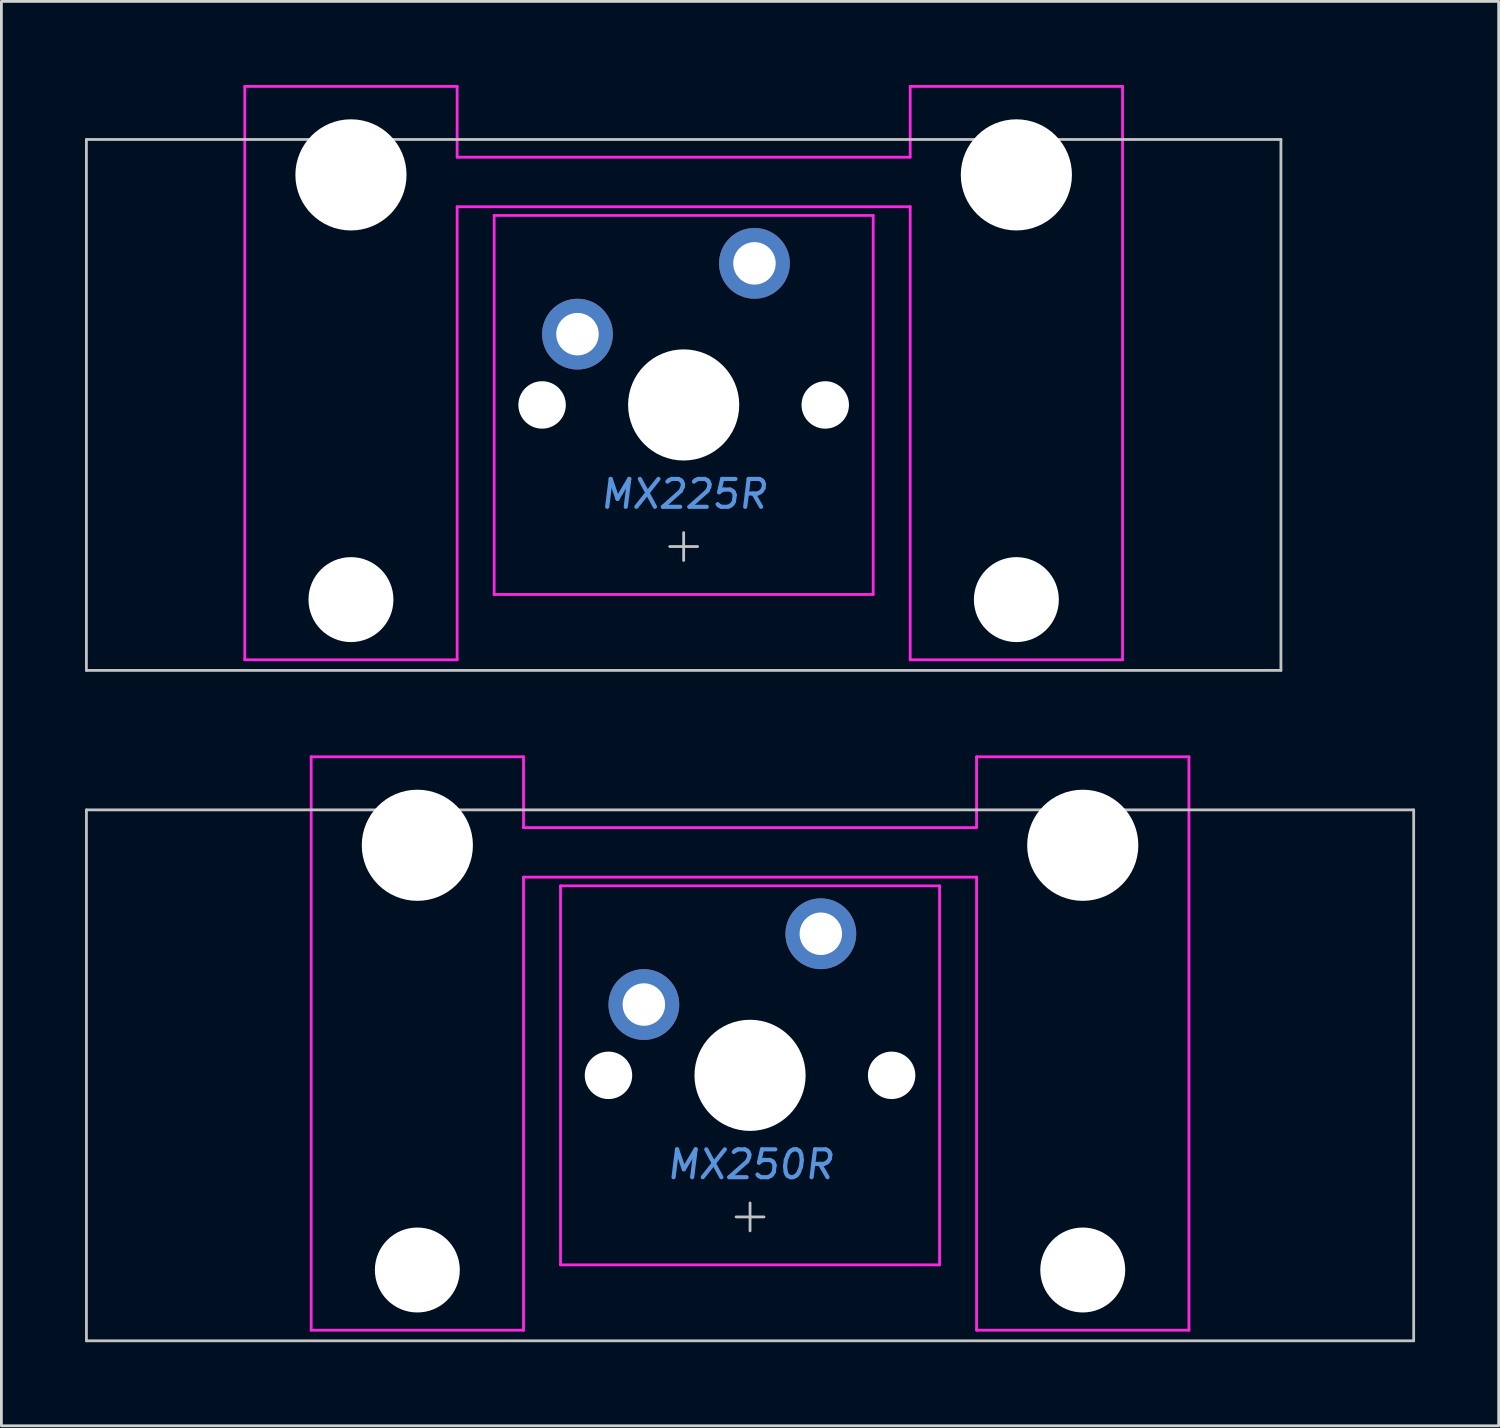
<source format=kicad_pcb>
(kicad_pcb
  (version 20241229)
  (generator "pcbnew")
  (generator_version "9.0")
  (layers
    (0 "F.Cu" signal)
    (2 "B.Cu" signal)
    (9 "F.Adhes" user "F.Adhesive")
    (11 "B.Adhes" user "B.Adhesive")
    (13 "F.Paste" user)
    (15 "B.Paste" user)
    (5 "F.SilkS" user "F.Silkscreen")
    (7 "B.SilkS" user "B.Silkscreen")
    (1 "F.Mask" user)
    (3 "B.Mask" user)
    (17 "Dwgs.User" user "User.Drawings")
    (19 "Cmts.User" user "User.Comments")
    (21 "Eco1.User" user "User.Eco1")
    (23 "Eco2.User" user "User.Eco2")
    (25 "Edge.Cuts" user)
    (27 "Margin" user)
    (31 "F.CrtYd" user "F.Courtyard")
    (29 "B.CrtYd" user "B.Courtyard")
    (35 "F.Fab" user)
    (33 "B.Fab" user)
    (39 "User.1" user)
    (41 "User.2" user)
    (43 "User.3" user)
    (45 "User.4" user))
  (footprint "MX225R"
    (layer "F.Cu")
    (at 21.481 11.48)
    (property "Reference" "MX225R" (at 0 3.2 0) (layer "Cmts.User") (effects (font (size 1 1) (thickness 0.15) (italic yes))))
    (attr through_hole)
    (fp_line (start -21.431 -9.525) (end -21.431 9.525) (stroke (width 0.1) (type solid)) (layer "Dwgs.User"))
    (fp_line (start 0 5.58) (end 0 4.58) (stroke (width 0.1) (type solid)) (layer "Dwgs.User"))
    (fp_line (start 0.5 5.08) (end -0.5 5.08) (stroke (width 0.1) (type solid)) (layer "Dwgs.User"))
    (fp_line (start 21.431 -9.525) (end -21.431 -9.525) (stroke (width 0.1) (type solid)) (layer "Dwgs.User"))
    (fp_line (start 21.431 -9.525) (end 21.431 9.525) (stroke (width 0.1) (type solid)) (layer "Dwgs.User"))
    (fp_line (start 21.431 9.525) (end -21.431 9.525) (stroke (width 0.1) (type solid)) (layer "Dwgs.User"))
    (fp_line (start -15.438 5.485) (end -15.438 -8.515) (stroke (width 0.1) (type solid)) (layer "Eco1.User"))
    (fp_line (start -14.938 5.985) (end -8.938 5.985) (stroke (width 0.1) (type solid)) (layer "Eco1.User"))
    (fp_line (start -8.938 -9.015) (end -14.938 -9.015) (stroke (width 0.1) (type solid)) (layer "Eco1.User"))
    (fp_line (start -8.438 -8.515) (end -8.438 5.485) (stroke (width 0.1) (type solid)) (layer "Eco1.User"))
    (fp_line (start -7 6.5) (end -7 -6.5) (stroke (width 0.1) (type solid)) (layer "Eco1.User"))
    (fp_line (start -6.5 -7) (end 6.5 -7) (stroke (width 0.1) (type solid)) (layer "Eco1.User"))
    (fp_line (start 6.5 7) (end -6.5 7) (stroke (width 0.1) (type solid)) (layer "Eco1.User"))
    (fp_line (start 7 -6.5) (end 7 6.5) (stroke (width 0.1) (type solid)) (layer "Eco1.User"))
    (fp_line (start 8.438 5.485) (end 8.438 -8.515) (stroke (width 0.1) (type solid)) (layer "Eco1.User"))
    (fp_line (start 8.938 5.985) (end 14.938 5.985) (stroke (width 0.1) (type solid)) (layer "Eco1.User"))
    (fp_line (start 14.938 -9.015) (end 8.938 -9.015) (stroke (width 0.1) (type solid)) (layer "Eco1.User"))
    (fp_line (start 15.438 -8.515) (end 15.438 5.485) (stroke (width 0.1) (type solid)) (layer "Eco1.User"))
    (fp_arc (start -15.438 -8.515) (mid -15.291553 -8.868553) (end -14.938 -9.015) (stroke (width 0.1) (type solid)) (layer "Eco1.User"))
    (fp_arc (start -14.938 5.985) (mid -15.291553 5.838553) (end -15.438 5.485) (stroke (width 0.1) (type solid)) (layer "Eco1.User"))
    (fp_arc (start -8.938 -9.015) (mid -8.584447 -8.868553) (end -8.438 -8.515) (stroke (width 0.1) (type solid)) (layer "Eco1.User"))
    (fp_arc (start -8.438 5.485) (mid -8.584447 5.838553) (end -8.938 5.985) (stroke (width 0.1) (type solid)) (layer "Eco1.User"))
    (fp_arc (start -7 -6.5) (mid -6.853553 -6.853553) (end -6.5 -7) (stroke (width 0.1) (type solid)) (layer "Eco1.User"))
    (fp_arc (start -6.5 7) (mid -6.853553 6.853553) (end -7 6.5) (stroke (width 0.1) (type solid)) (layer "Eco1.User"))
    (fp_arc (start 6.5 -7) (mid 6.853553 -6.853553) (end 7 -6.5) (stroke (width 0.1) (type solid)) (layer "Eco1.User"))
    (fp_arc (start 7 6.5) (mid 6.853553 6.853553) (end 6.5 7) (stroke (width 0.1) (type solid)) (layer "Eco1.User"))
    (fp_arc (start 8.438 -8.515) (mid 8.584447 -8.868553) (end 8.938 -9.015) (stroke (width 0.1) (type solid)) (layer "Eco1.User"))
    (fp_arc (start 8.938 5.985) (mid 8.584447 5.838553) (end 8.438 5.485) (stroke (width 0.1) (type solid)) (layer "Eco1.User"))
    (fp_arc (start 14.938 -9.015) (mid 15.291553 -8.868553) (end 15.438 -8.515) (stroke (width 0.1) (type solid)) (layer "Eco1.User"))
    (fp_arc (start 15.438 5.485) (mid 15.291553 5.838553) (end 14.938 5.985) (stroke (width 0.1) (type solid)) (layer "Eco1.User"))
    (fp_line (start -15.748 -11.43) (end -15.748 9.144) (stroke (width 0.1) (type solid)) (layer "F.CrtYd"))
    (fp_line (start -15.748 9.144) (end -8.128 9.144) (stroke (width 0.1) (type solid)) (layer "F.CrtYd"))
    (fp_line (start -8.128 -11.43) (end -15.748 -11.43) (stroke (width 0.1) (type solid)) (layer "F.CrtYd"))
    (fp_line (start -8.128 -11.43) (end -8.128 -8.89) (stroke (width 0.1) (type solid)) (layer "F.CrtYd"))
    (fp_line (start -8.128 -8.89) (end 8.128 -8.89) (stroke (width 0.1) (type solid)) (layer "F.CrtYd"))
    (fp_line (start -8.128 -7.112) (end 8.128 -7.112) (stroke (width 0.1) (type solid)) (layer "F.CrtYd"))
    (fp_line (start -8.128 9.144) (end -8.128 -7.112) (stroke (width 0.1) (type solid)) (layer "F.CrtYd"))
    (fp_line (start -6.8 -6.8) (end 6.8 -6.8) (stroke (width 0.1) (type solid)) (layer "F.CrtYd"))
    (fp_line (start -6.8 6.8) (end -6.8 -6.8) (stroke (width 0.1) (type solid)) (layer "F.CrtYd"))
    (fp_line (start -6.8 6.8) (end 6.8 6.8) (stroke (width 0.1) (type solid)) (layer "F.CrtYd"))
    (fp_line (start 6.8 6.8) (end 6.8 -6.8) (stroke (width 0.1) (type solid)) (layer "F.CrtYd"))
    (fp_line (start 8.128 -11.43) (end 8.128 -8.89) (stroke (width 0.1) (type solid)) (layer "F.CrtYd"))
    (fp_line (start 8.128 9.144) (end 8.128 -7.112) (stroke (width 0.1) (type solid)) (layer "F.CrtYd"))
    (fp_line (start 8.128 9.144) (end 15.748 9.144) (stroke (width 0.1) (type solid)) (layer "F.CrtYd"))
    (fp_line (start 15.748 -11.43) (end 8.128 -11.43) (stroke (width 0.1) (type solid)) (layer "F.CrtYd"))
    (fp_line (start 15.748 9.144) (end 15.748 -11.43) (stroke (width 0.1) (type solid)) (layer "F.CrtYd"))
    (pad "" np_thru_hole circle (at -11.938 -8.255 180) (size 3.988 3.988) (drill 3.988) (layers "*.Cu" "*.Mask"))
    (pad "" np_thru_hole circle (at -11.938 6.985 180) (size 3.048 3.048) (drill 3.048) (layers "*.Cu" "*.Mask"))
    (pad "" np_thru_hole circle (at -5.08 0) (size 1.702 1.702) (drill 1.702) (layers "*.Cu" "*.Mask"))
    (pad "" np_thru_hole circle (at 0 0) (size 3.988 3.988) (drill 3.988) (layers "*.Cu" "*.Mask"))
    (pad "" np_thru_hole circle (at 5.08 0) (size 1.702 1.702) (drill 1.702) (layers "*.Cu" "*.Mask"))
    (pad "" np_thru_hole circle (at 11.938 -8.255 180) (size 3.988 3.988) (drill 3.988) (layers "*.Cu" "*.Mask"))
    (pad "" np_thru_hole circle (at 11.938 6.985 180) (size 3.048 3.048) (drill 3.048) (layers "*.Cu" "*.Mask"))
    (pad "1" thru_hole circle (at 2.54 -5.08) (size 2.54 2.54) (drill 1.524) (layers "*.Cu" "*.Mask"))
    (pad "2" thru_hole circle (at -3.81 -2.54) (size 2.54 2.54) (drill 1.524) (layers "*.Cu" "*.Mask")))
  (footprint "MX250R"
    (layer "F.Cu")
    (at 23.863 35.535)
    (property "Reference" "MX250R" (at 0 3.2 0) (layer "Cmts.User") (effects (font (size 1 1) (thickness 0.15) (italic yes))))
    (attr through_hole)
    (fp_line (start -23.812 -9.525) (end -23.812 9.525) (stroke (width 0.1) (type solid)) (layer "Dwgs.User"))
    (fp_line (start 0 5.58) (end 0 4.58) (stroke (width 0.1) (type solid)) (layer "Dwgs.User"))
    (fp_line (start 0.5 5.08) (end -0.5 5.08) (stroke (width 0.1) (type solid)) (layer "Dwgs.User"))
    (fp_line (start 23.812 -9.525) (end -23.812 -9.525) (stroke (width 0.1) (type solid)) (layer "Dwgs.User"))
    (fp_line (start 23.812 -9.525) (end 23.812 9.525) (stroke (width 0.1) (type solid)) (layer "Dwgs.User"))
    (fp_line (start 23.812 9.525) (end -23.812 9.525) (stroke (width 0.1) (type solid)) (layer "Dwgs.User"))
    (fp_line (start -15.438 5.485) (end -15.438 -8.515) (stroke (width 0.1) (type solid)) (layer "Eco1.User"))
    (fp_line (start -14.938 5.985) (end -8.938 5.985) (stroke (width 0.1) (type solid)) (layer "Eco1.User"))
    (fp_line (start -8.938 -9.015) (end -14.938 -9.015) (stroke (width 0.1) (type solid)) (layer "Eco1.User"))
    (fp_line (start -8.438 -8.515) (end -8.438 5.485) (stroke (width 0.1) (type solid)) (layer "Eco1.User"))
    (fp_line (start -7 6.5) (end -7 -6.5) (stroke (width 0.1) (type solid)) (layer "Eco1.User"))
    (fp_line (start -6.5 -7) (end 6.5 -7) (stroke (width 0.1) (type solid)) (layer "Eco1.User"))
    (fp_line (start 6.5 7) (end -6.5 7) (stroke (width 0.1) (type solid)) (layer "Eco1.User"))
    (fp_line (start 7 -6.5) (end 7 6.5) (stroke (width 0.1) (type solid)) (layer "Eco1.User"))
    (fp_line (start 8.438 5.485) (end 8.438 -8.515) (stroke (width 0.1) (type solid)) (layer "Eco1.User"))
    (fp_line (start 8.938 5.985) (end 14.938 5.985) (stroke (width 0.1) (type solid)) (layer "Eco1.User"))
    (fp_line (start 14.938 -9.015) (end 8.938 -9.015) (stroke (width 0.1) (type solid)) (layer "Eco1.User"))
    (fp_line (start 15.438 -8.515) (end 15.438 5.485) (stroke (width 0.1) (type solid)) (layer "Eco1.User"))
    (fp_arc (start -15.438 -8.515) (mid -15.291553 -8.868553) (end -14.938 -9.015) (stroke (width 0.1) (type solid)) (layer "Eco1.User"))
    (fp_arc (start -14.938 5.985) (mid -15.291553 5.838553) (end -15.438 5.485) (stroke (width 0.1) (type solid)) (layer "Eco1.User"))
    (fp_arc (start -8.938 -9.015) (mid -8.584447 -8.868553) (end -8.438 -8.515) (stroke (width 0.1) (type solid)) (layer "Eco1.User"))
    (fp_arc (start -8.438 5.485) (mid -8.584447 5.838553) (end -8.938 5.985) (stroke (width 0.1) (type solid)) (layer "Eco1.User"))
    (fp_arc (start -7 -6.5) (mid -6.853553 -6.853553) (end -6.5 -7) (stroke (width 0.1) (type solid)) (layer "Eco1.User"))
    (fp_arc (start -6.5 7) (mid -6.853553 6.853553) (end -7 6.5) (stroke (width 0.1) (type solid)) (layer "Eco1.User"))
    (fp_arc (start 6.5 -7) (mid 6.853553 -6.853553) (end 7 -6.5) (stroke (width 0.1) (type solid)) (layer "Eco1.User"))
    (fp_arc (start 7 6.5) (mid 6.853553 6.853553) (end 6.5 7) (stroke (width 0.1) (type solid)) (layer "Eco1.User"))
    (fp_arc (start 8.438 -8.515) (mid 8.584447 -8.868553) (end 8.938 -9.015) (stroke (width 0.1) (type solid)) (layer "Eco1.User"))
    (fp_arc (start 8.938 5.985) (mid 8.584447 5.838553) (end 8.438 5.485) (stroke (width 0.1) (type solid)) (layer "Eco1.User"))
    (fp_arc (start 14.938 -9.015) (mid 15.291553 -8.868553) (end 15.438 -8.515) (stroke (width 0.1) (type solid)) (layer "Eco1.User"))
    (fp_arc (start 15.438 5.485) (mid 15.291553 5.838553) (end 14.938 5.985) (stroke (width 0.1) (type solid)) (layer "Eco1.User"))
    (fp_line (start -15.748 -11.43) (end -15.748 9.144) (stroke (width 0.1) (type solid)) (layer "F.CrtYd"))
    (fp_line (start -15.748 9.144) (end -8.128 9.144) (stroke (width 0.1) (type solid)) (layer "F.CrtYd"))
    (fp_line (start -8.128 -11.43) (end -15.748 -11.43) (stroke (width 0.1) (type solid)) (layer "F.CrtYd"))
    (fp_line (start -8.128 -11.43) (end -8.128 -8.89) (stroke (width 0.1) (type solid)) (layer "F.CrtYd"))
    (fp_line (start -8.128 -8.89) (end 8.128 -8.89) (stroke (width 0.1) (type solid)) (layer "F.CrtYd"))
    (fp_line (start -8.128 -7.112) (end 8.128 -7.112) (stroke (width 0.1) (type solid)) (layer "F.CrtYd"))
    (fp_line (start -8.128 9.144) (end -8.128 -7.112) (stroke (width 0.1) (type solid)) (layer "F.CrtYd"))
    (fp_line (start -6.8 -6.8) (end 6.8 -6.8) (stroke (width 0.1) (type solid)) (layer "F.CrtYd"))
    (fp_line (start -6.8 6.8) (end -6.8 -6.8) (stroke (width 0.1) (type solid)) (layer "F.CrtYd"))
    (fp_line (start -6.8 6.8) (end 6.8 6.8) (stroke (width 0.1) (type solid)) (layer "F.CrtYd"))
    (fp_line (start 6.8 6.8) (end 6.8 -6.8) (stroke (width 0.1) (type solid)) (layer "F.CrtYd"))
    (fp_line (start 8.128 -11.43) (end 8.128 -8.89) (stroke (width 0.1) (type solid)) (layer "F.CrtYd"))
    (fp_line (start 8.128 9.144) (end 8.128 -7.112) (stroke (width 0.1) (type solid)) (layer "F.CrtYd"))
    (fp_line (start 8.128 9.144) (end 15.748 9.144) (stroke (width 0.1) (type solid)) (layer "F.CrtYd"))
    (fp_line (start 15.748 -11.43) (end 8.128 -11.43) (stroke (width 0.1) (type solid)) (layer "F.CrtYd"))
    (fp_line (start 15.748 9.144) (end 15.748 -11.43) (stroke (width 0.1) (type solid)) (layer "F.CrtYd"))
    (pad "" np_thru_hole circle (at -11.938 -8.255 180) (size 3.988 3.988) (drill 3.988) (layers "*.Cu" "*.Mask"))
    (pad "" np_thru_hole circle (at -11.938 6.985 180) (size 3.048 3.048) (drill 3.048) (layers "*.Cu" "*.Mask"))
    (pad "" np_thru_hole circle (at -5.08 0) (size 1.702 1.702) (drill 1.702) (layers "*.Cu" "*.Mask"))
    (pad "" np_thru_hole circle (at 0 0) (size 3.988 3.988) (drill 3.988) (layers "*.Cu" "*.Mask"))
    (pad "" np_thru_hole circle (at 5.08 0) (size 1.702 1.702) (drill 1.702) (layers "*.Cu" "*.Mask"))
    (pad "" np_thru_hole circle (at 11.938 -8.255 180) (size 3.988 3.988) (drill 3.988) (layers "*.Cu" "*.Mask"))
    (pad "" np_thru_hole circle (at 11.938 6.985 180) (size 3.048 3.048) (drill 3.048) (layers "*.Cu" "*.Mask"))
    (pad "1" thru_hole circle (at 2.54 -5.08) (size 2.54 2.54) (drill 1.524) (layers "*.Cu" "*.Mask"))
    (pad "2" thru_hole circle (at -3.81 -2.54) (size 2.54 2.54) (drill 1.524) (layers "*.Cu" "*.Mask")))
  (gr_rect
    (start -3 -3)
    (end 50.725 48.11)
    (stroke (width 0.1) (type default))
    (fill no)
    (layer "Edge.Cuts")))
</source>
